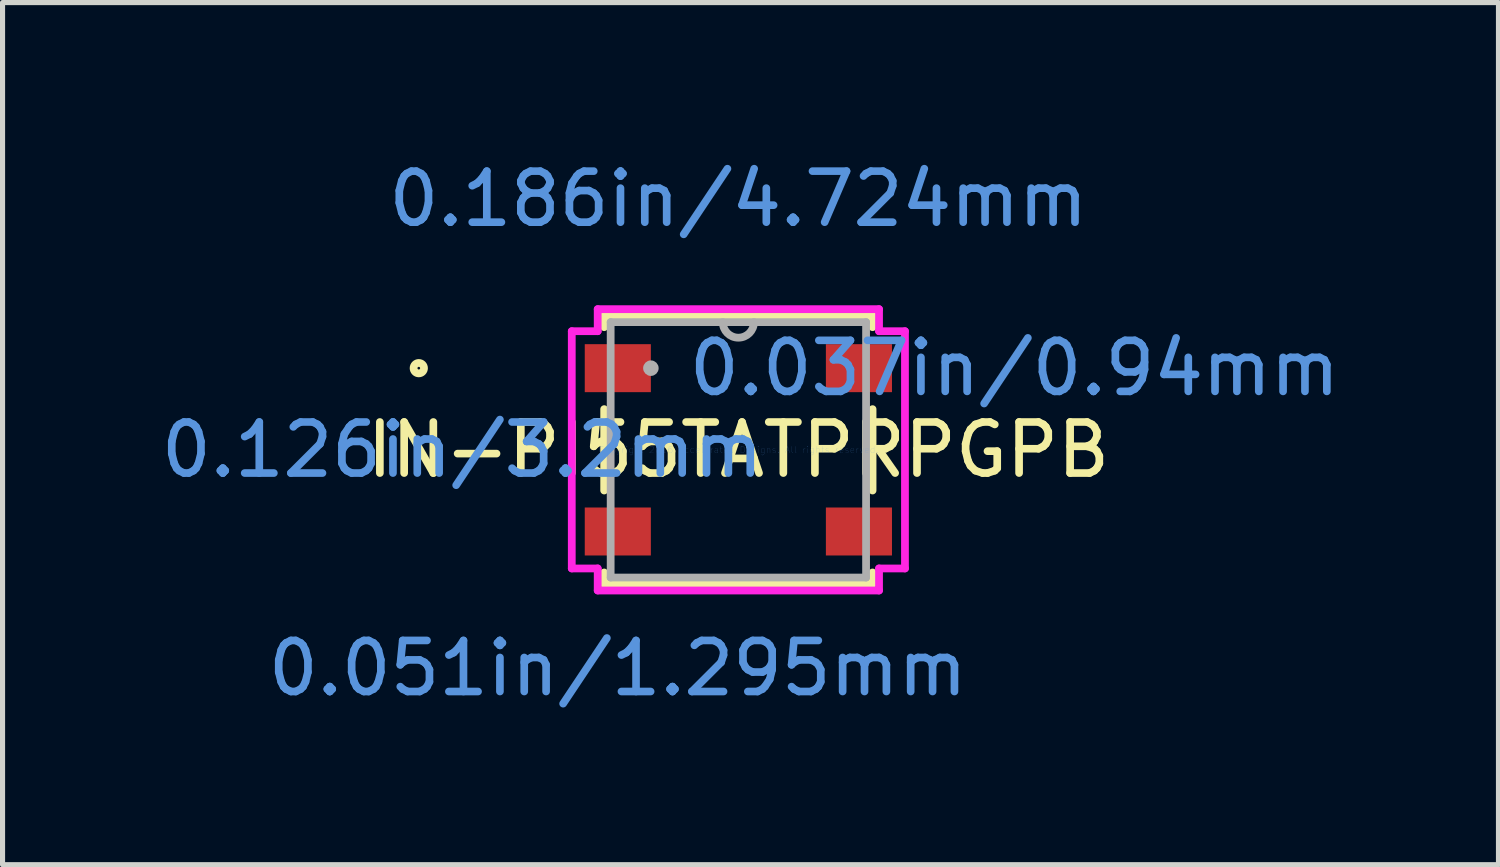
<source format=kicad_pcb>
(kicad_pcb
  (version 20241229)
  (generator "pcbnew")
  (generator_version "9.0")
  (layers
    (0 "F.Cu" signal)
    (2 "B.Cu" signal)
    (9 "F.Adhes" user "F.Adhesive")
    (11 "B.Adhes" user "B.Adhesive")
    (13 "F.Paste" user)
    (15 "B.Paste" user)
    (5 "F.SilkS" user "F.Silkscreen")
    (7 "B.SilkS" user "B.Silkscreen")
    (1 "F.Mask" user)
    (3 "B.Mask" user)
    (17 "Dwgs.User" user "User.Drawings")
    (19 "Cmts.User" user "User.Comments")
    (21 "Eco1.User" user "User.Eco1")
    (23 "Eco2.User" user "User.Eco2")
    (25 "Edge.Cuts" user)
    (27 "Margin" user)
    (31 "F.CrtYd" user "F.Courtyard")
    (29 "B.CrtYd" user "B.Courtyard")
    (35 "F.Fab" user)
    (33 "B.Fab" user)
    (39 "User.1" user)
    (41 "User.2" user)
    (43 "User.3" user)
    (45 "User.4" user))
  (footprint "IN-PI55TATPRPGPB"
    (layer "F.Cu")
    (at 11.416 5.763)
    (property "Reference" "IN-PI55TATPRPGPB" (at 0 0 0) (layer "F.SilkS") (effects (font (size 1 1) (thickness 0.15))))
    (attr smd)
    (fp_line (start -2.629 -2.629) (end -2.629 -2.403) (stroke (width 0.152) (type solid)) (layer "F.SilkS"))
    (fp_line (start -2.629 -0.797) (end -2.629 0.797) (stroke (width 0.152) (type solid)) (layer "F.SilkS"))
    (fp_line (start -2.629 2.403) (end -2.629 2.629) (stroke (width 0.152) (type solid)) (layer "F.SilkS"))
    (fp_line (start -2.629 2.629) (end 2.629 2.629) (stroke (width 0.152) (type solid)) (layer "F.SilkS"))
    (fp_line (start 2.629 -2.629) (end -2.629 -2.629) (stroke (width 0.152) (type solid)) (layer "F.SilkS"))
    (fp_line (start 2.629 -2.403) (end 2.629 -2.629) (stroke (width 0.152) (type solid)) (layer "F.SilkS"))
    (fp_line (start 2.629 0.797) (end 2.629 -0.797) (stroke (width 0.152) (type solid)) (layer "F.SilkS"))
    (fp_line (start 2.629 2.629) (end 2.629 2.403) (stroke (width 0.152) (type solid)) (layer "F.SilkS"))
    (fp_circle (center -6.261 -1.6) (end -6.159 -1.6) (stroke (width 0.152) (type solid)) (fill no) (layer "F.SilkS"))
    (fp_line (start -3.264 -2.324) (end -2.756 -2.324) (stroke (width 0.152) (type solid)) (layer "F.CrtYd"))
    (fp_line (start -3.264 2.324) (end -3.264 -2.324) (stroke (width 0.152) (type solid)) (layer "F.CrtYd"))
    (fp_line (start -3.264 2.324) (end -2.756 2.324) (stroke (width 0.152) (type solid)) (layer "F.CrtYd"))
    (fp_line (start -2.756 -2.756) (end 2.756 -2.756) (stroke (width 0.152) (type solid)) (layer "F.CrtYd"))
    (fp_line (start -2.756 -2.324) (end -2.756 -2.756) (stroke (width 0.152) (type solid)) (layer "F.CrtYd"))
    (fp_line (start -2.756 2.756) (end -2.756 2.324) (stroke (width 0.152) (type solid)) (layer "F.CrtYd"))
    (fp_line (start 2.756 -2.756) (end 2.756 -2.324) (stroke (width 0.152) (type solid)) (layer "F.CrtYd"))
    (fp_line (start 2.756 2.324) (end 2.756 2.756) (stroke (width 0.152) (type solid)) (layer "F.CrtYd"))
    (fp_line (start 2.756 2.756) (end -2.756 2.756) (stroke (width 0.152) (type solid)) (layer "F.CrtYd"))
    (fp_line (start 3.264 -2.324) (end 2.756 -2.324) (stroke (width 0.152) (type solid)) (layer "F.CrtYd"))
    (fp_line (start 3.264 -2.324) (end 3.264 2.324) (stroke (width 0.152) (type solid)) (layer "F.CrtYd"))
    (fp_line (start 3.264 2.324) (end 2.756 2.324) (stroke (width 0.152) (type solid)) (layer "F.CrtYd"))
    (fp_line (start -2.502 -2.502) (end -2.502 2.502) (stroke (width 0.152) (type solid)) (layer "F.Fab"))
    (fp_line (start -2.502 2.502) (end 2.502 2.502) (stroke (width 0.152) (type solid)) (layer "F.Fab"))
    (fp_line (start 2.502 -2.502) (end -2.502 -2.502) (stroke (width 0.152) (type solid)) (layer "F.Fab"))
    (fp_line (start 2.502 2.502) (end 2.502 -2.502) (stroke (width 0.152) (type solid)) (layer "F.Fab"))
    (fp_arc (start 0.3048 -2.5019) (mid 0 -2.1971) (end -0.3048 -2.5019) (stroke (width 0.1524) (type solid)) (layer "F.Fab"))
    (fp_circle (center -1.714 -1.6) (end -1.638 -1.6) (stroke (width 0.152) (type solid)) (fill no) (layer "F.Fab"))
    (fp_text user "Copyright 2016 Accelerated Designs. All rights reserved." (at 0 0 0) (layer "Cmts.User") (effects (font (size 0.127 0.127) (thickness 0.002))))
    (fp_text user "0.186in/4.724mm" (at 0 -4.915 0) (layer "Cmts.User") (effects (font (size 1 1) (thickness 0.15))))
    (fp_text user "0.126in/3.2mm" (at -5.41 0 0) (layer "Cmts.User") (effects (font (size 1 1) (thickness 0.15))))
    (fp_text user "0.051in/1.295mm" (at -2.362 4.28 0) (layer "Cmts.User") (effects (font (size 1 1) (thickness 0.15))))
    (fp_text user "0.037in/0.94mm" (at 5.41 -1.6 0) (layer "Cmts.User") (effects (font (size 1 1) (thickness 0.15))))
    (pad "1" smd rect (at -2.362 -1.6) (size 1.295 0.94) (layers "F.Cu" "F.Mask" "F.Paste"))
    (pad "2" smd rect (at -2.362 1.6) (size 1.295 0.94) (layers "F.Cu" "F.Mask" "F.Paste"))
    (pad "3" smd rect (at 2.362 1.6) (size 1.295 0.94) (layers "F.Cu" "F.Mask" "F.Paste"))
    (pad "4" smd rect (at 2.362 -1.6) (size 1.295 0.94) (layers "F.Cu" "F.Mask" "F.Paste")))
  (gr_rect
    (start -3 -3)
    (end 26.308 13.891)
    (stroke (width 0.1) (type default))
    (fill no)
    (layer "Edge.Cuts")))
</source>
